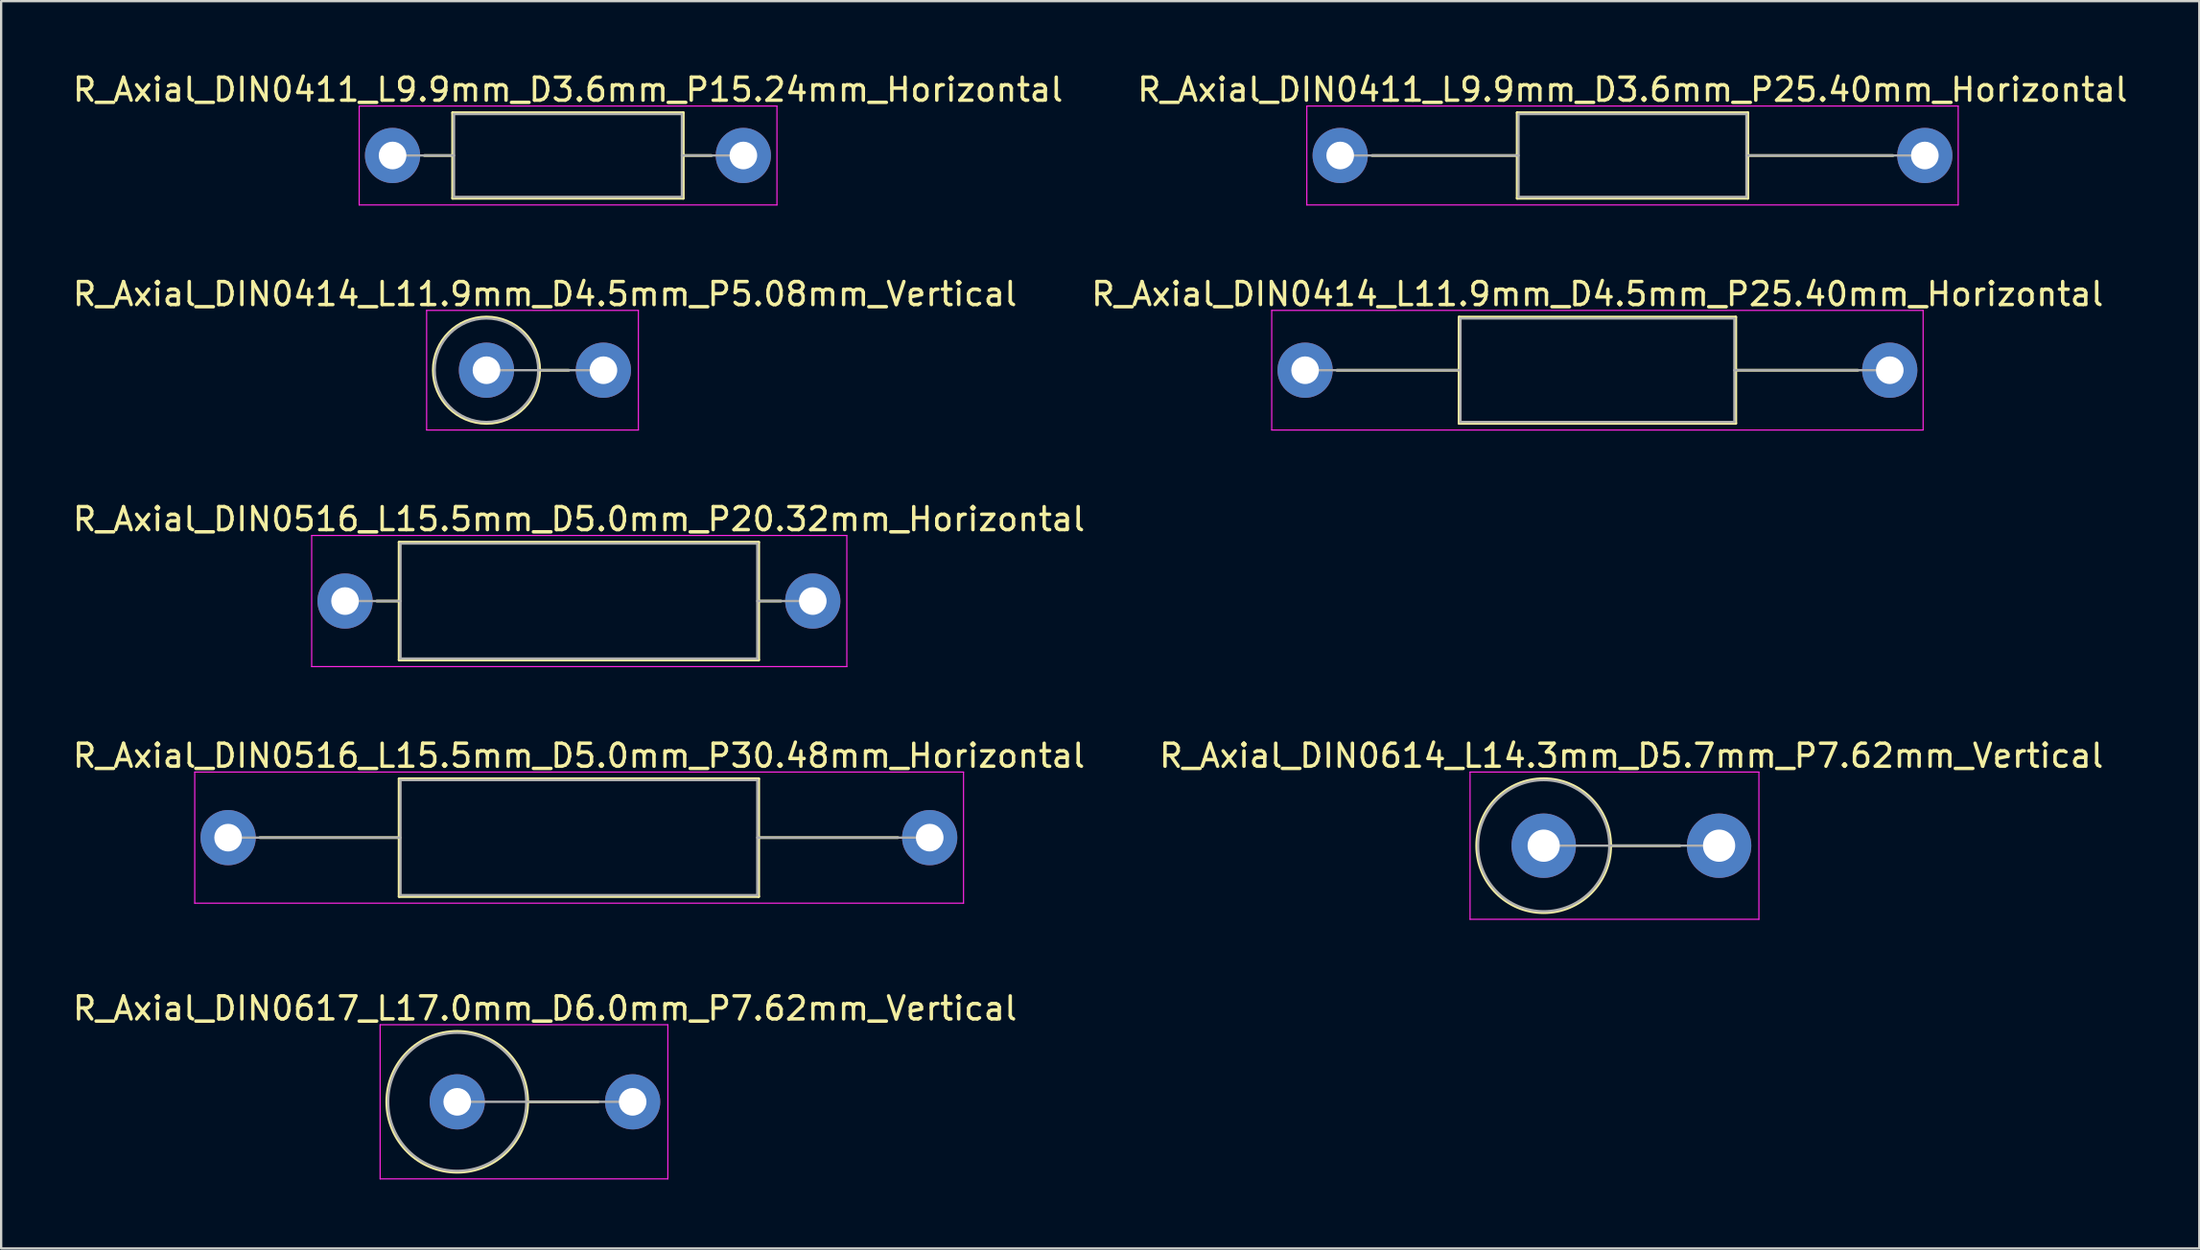
<source format=kicad_pcb>
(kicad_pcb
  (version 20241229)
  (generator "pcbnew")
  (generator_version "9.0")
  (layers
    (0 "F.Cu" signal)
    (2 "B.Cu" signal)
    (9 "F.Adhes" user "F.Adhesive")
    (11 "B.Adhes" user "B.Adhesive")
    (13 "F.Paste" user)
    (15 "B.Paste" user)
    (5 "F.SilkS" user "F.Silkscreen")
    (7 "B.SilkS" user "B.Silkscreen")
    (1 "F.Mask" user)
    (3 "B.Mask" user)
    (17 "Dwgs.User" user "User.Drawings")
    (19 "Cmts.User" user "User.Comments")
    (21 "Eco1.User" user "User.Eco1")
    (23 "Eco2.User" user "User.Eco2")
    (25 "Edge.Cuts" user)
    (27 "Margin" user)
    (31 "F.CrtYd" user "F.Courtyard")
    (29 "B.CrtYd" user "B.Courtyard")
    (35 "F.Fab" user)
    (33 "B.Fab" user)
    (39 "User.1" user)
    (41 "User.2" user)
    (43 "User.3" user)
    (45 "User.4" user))
  (footprint "R_Axial_DIN0516_L15.5mm_D5.0mm_P30.48mm_Horizontal"
    (layer "F.Cu")
    (at 6.861 33.358)
    (property "Reference" "R_Axial_DIN0516_L15.5mm_D5.0mm_P30.48mm_Horizontal" (at 15.24 -3.56 0) (layer "F.SilkS") (effects (font (size 1 1) (thickness 0.15))))
    (attr through_hole)
    (fp_line (start 1.38 0) (end 7.43 0) (stroke (width 0.12) (type solid)) (layer "F.SilkS"))
    (fp_line (start 7.43 -2.56) (end 7.43 2.56) (stroke (width 0.12) (type solid)) (layer "F.SilkS"))
    (fp_line (start 7.43 2.56) (end 23.05 2.56) (stroke (width 0.12) (type solid)) (layer "F.SilkS"))
    (fp_line (start 23.05 -2.56) (end 7.43 -2.56) (stroke (width 0.12) (type solid)) (layer "F.SilkS"))
    (fp_line (start 23.05 2.56) (end 23.05 -2.56) (stroke (width 0.12) (type solid)) (layer "F.SilkS"))
    (fp_line (start 29.1 0) (end 23.05 0) (stroke (width 0.12) (type solid)) (layer "F.SilkS"))
    (fp_line (start -1.45 -2.85) (end -1.45 2.85) (stroke (width 0.05) (type solid)) (layer "F.CrtYd"))
    (fp_line (start -1.45 2.85) (end 31.95 2.85) (stroke (width 0.05) (type solid)) (layer "F.CrtYd"))
    (fp_line (start 31.95 -2.85) (end -1.45 -2.85) (stroke (width 0.05) (type solid)) (layer "F.CrtYd"))
    (fp_line (start 31.95 2.85) (end 31.95 -2.85) (stroke (width 0.05) (type solid)) (layer "F.CrtYd"))
    (fp_line (start 0 0) (end 7.49 0) (stroke (width 0.1) (type solid)) (layer "F.Fab"))
    (fp_line (start 7.49 -2.5) (end 7.49 2.5) (stroke (width 0.1) (type solid)) (layer "F.Fab"))
    (fp_line (start 7.49 2.5) (end 22.99 2.5) (stroke (width 0.1) (type solid)) (layer "F.Fab"))
    (fp_line (start 22.99 -2.5) (end 7.49 -2.5) (stroke (width 0.1) (type solid)) (layer "F.Fab"))
    (fp_line (start 22.99 2.5) (end 22.99 -2.5) (stroke (width 0.1) (type solid)) (layer "F.Fab"))
    (fp_line (start 30.48 0) (end 22.99 0) (stroke (width 0.1) (type solid)) (layer "F.Fab"))
    (pad "1" thru_hole circle (at 0 0) (size 2.4 2.4) (drill 1.2) (layers "*.Cu" "*.Mask"))
    (pad "2" thru_hole oval (at 30.48 0) (size 2.4 2.4) (drill 1.2) (layers "*.Cu" "*.Mask")))
  (footprint "R_Axial_DIN0516_L15.5mm_D5.0mm_P20.32mm_Horizontal"
    (layer "F.Cu")
    (at 11.941 23.075)
    (property "Reference" "R_Axial_DIN0516_L15.5mm_D5.0mm_P20.32mm_Horizontal" (at 10.16 -3.56 0) (layer "F.SilkS") (effects (font (size 1 1) (thickness 0.15))))
    (attr through_hole)
    (fp_line (start 1.38 0) (end 2.35 0) (stroke (width 0.12) (type solid)) (layer "F.SilkS"))
    (fp_line (start 2.35 -2.56) (end 2.35 2.56) (stroke (width 0.12) (type solid)) (layer "F.SilkS"))
    (fp_line (start 2.35 2.56) (end 17.97 2.56) (stroke (width 0.12) (type solid)) (layer "F.SilkS"))
    (fp_line (start 17.97 -2.56) (end 2.35 -2.56) (stroke (width 0.12) (type solid)) (layer "F.SilkS"))
    (fp_line (start 17.97 2.56) (end 17.97 -2.56) (stroke (width 0.12) (type solid)) (layer "F.SilkS"))
    (fp_line (start 18.94 0) (end 17.97 0) (stroke (width 0.12) (type solid)) (layer "F.SilkS"))
    (fp_line (start -1.45 -2.85) (end -1.45 2.85) (stroke (width 0.05) (type solid)) (layer "F.CrtYd"))
    (fp_line (start -1.45 2.85) (end 21.8 2.85) (stroke (width 0.05) (type solid)) (layer "F.CrtYd"))
    (fp_line (start 21.8 -2.85) (end -1.45 -2.85) (stroke (width 0.05) (type solid)) (layer "F.CrtYd"))
    (fp_line (start 21.8 2.85) (end 21.8 -2.85) (stroke (width 0.05) (type solid)) (layer "F.CrtYd"))
    (fp_line (start 0 0) (end 2.41 0) (stroke (width 0.1) (type solid)) (layer "F.Fab"))
    (fp_line (start 2.41 -2.5) (end 2.41 2.5) (stroke (width 0.1) (type solid)) (layer "F.Fab"))
    (fp_line (start 2.41 2.5) (end 17.91 2.5) (stroke (width 0.1) (type solid)) (layer "F.Fab"))
    (fp_line (start 17.91 -2.5) (end 2.41 -2.5) (stroke (width 0.1) (type solid)) (layer "F.Fab"))
    (fp_line (start 17.91 2.5) (end 17.91 -2.5) (stroke (width 0.1) (type solid)) (layer "F.Fab"))
    (fp_line (start 20.32 0) (end 17.91 0) (stroke (width 0.1) (type solid)) (layer "F.Fab"))
    (pad "1" thru_hole circle (at 0 0) (size 2.4 2.4) (drill 1.2) (layers "*.Cu" "*.Mask"))
    (pad "2" thru_hole oval (at 20.32 0) (size 2.4 2.4) (drill 1.2) (layers "*.Cu" "*.Mask")))
  (footprint "R_Axial_DIN0411_L9.9mm_D3.6mm_P25.40mm_Horizontal"
    (layer "F.Cu")
    (at 55.175 3.708)
    (property "Reference" "R_Axial_DIN0411_L9.9mm_D3.6mm_P25.40mm_Horizontal" (at 12.7 -2.86 0) (layer "F.SilkS") (effects (font (size 1 1) (thickness 0.15))))
    (attr through_hole)
    (fp_line (start 1.38 0) (end 7.69 0) (stroke (width 0.12) (type solid)) (layer "F.SilkS"))
    (fp_line (start 7.69 -1.86) (end 7.69 1.86) (stroke (width 0.12) (type solid)) (layer "F.SilkS"))
    (fp_line (start 7.69 1.86) (end 17.71 1.86) (stroke (width 0.12) (type solid)) (layer "F.SilkS"))
    (fp_line (start 17.71 -1.86) (end 7.69 -1.86) (stroke (width 0.12) (type solid)) (layer "F.SilkS"))
    (fp_line (start 17.71 1.86) (end 17.71 -1.86) (stroke (width 0.12) (type solid)) (layer "F.SilkS"))
    (fp_line (start 24.02 0) (end 17.71 0) (stroke (width 0.12) (type solid)) (layer "F.SilkS"))
    (fp_line (start -1.45 -2.15) (end -1.45 2.15) (stroke (width 0.05) (type solid)) (layer "F.CrtYd"))
    (fp_line (start -1.45 2.15) (end 26.85 2.15) (stroke (width 0.05) (type solid)) (layer "F.CrtYd"))
    (fp_line (start 26.85 -2.15) (end -1.45 -2.15) (stroke (width 0.05) (type solid)) (layer "F.CrtYd"))
    (fp_line (start 26.85 2.15) (end 26.85 -2.15) (stroke (width 0.05) (type solid)) (layer "F.CrtYd"))
    (fp_line (start 0 0) (end 7.75 0) (stroke (width 0.1) (type solid)) (layer "F.Fab"))
    (fp_line (start 7.75 -1.8) (end 7.75 1.8) (stroke (width 0.1) (type solid)) (layer "F.Fab"))
    (fp_line (start 7.75 1.8) (end 17.65 1.8) (stroke (width 0.1) (type solid)) (layer "F.Fab"))
    (fp_line (start 17.65 -1.8) (end 7.75 -1.8) (stroke (width 0.1) (type solid)) (layer "F.Fab"))
    (fp_line (start 17.65 1.8) (end 17.65 -1.8) (stroke (width 0.1) (type solid)) (layer "F.Fab"))
    (fp_line (start 25.4 0) (end 17.65 0) (stroke (width 0.1) (type solid)) (layer "F.Fab"))
    (pad "1" thru_hole circle (at 0 0) (size 2.4 2.4) (drill 1.2) (layers "*.Cu" "*.Mask"))
    (pad "2" thru_hole oval (at 25.4 0) (size 2.4 2.4) (drill 1.2) (layers "*.Cu" "*.Mask")))
  (footprint "R_Axial_DIN0614_L14.3mm_D5.7mm_P7.62mm_Vertical"
    (layer "F.Cu")
    (at 64.017 33.708)
    (property "Reference" "R_Axial_DIN0614_L14.3mm_D5.7mm_P7.62mm_Vertical" (at 3.81 -3.91 0) (layer "F.SilkS") (effects (font (size 1 1) (thickness 0.15))))
    (attr through_hole)
    (fp_line (start 2.91 0) (end 5.92 0) (stroke (width 0.12) (type solid)) (layer "F.SilkS"))
    (fp_circle (center 0 0) (end 2.91 0) (stroke (width 0.12) (type solid)) (fill no) (layer "F.SilkS"))
    (fp_line (start -3.2 -3.2) (end -3.2 3.2) (stroke (width 0.05) (type solid)) (layer "F.CrtYd"))
    (fp_line (start -3.2 3.2) (end 9.35 3.2) (stroke (width 0.05) (type solid)) (layer "F.CrtYd"))
    (fp_line (start 9.35 -3.2) (end -3.2 -3.2) (stroke (width 0.05) (type solid)) (layer "F.CrtYd"))
    (fp_line (start 9.35 3.2) (end 9.35 -3.2) (stroke (width 0.05) (type solid)) (layer "F.CrtYd"))
    (fp_line (start 0 0) (end 7.62 0) (stroke (width 0.1) (type solid)) (layer "F.Fab"))
    (fp_circle (center 0 0) (end 2.85 0) (stroke (width 0.1) (type solid)) (fill no) (layer "F.Fab"))
    (pad "1" thru_hole circle (at 0 0) (size 2.8 2.8) (drill 1.4) (layers "*.Cu" "*.Mask"))
    (pad "2" thru_hole oval (at 7.62 0) (size 2.8 2.8) (drill 1.4) (layers "*.Cu" "*.Mask")))
  (footprint "R_Axial_DIN0414_L11.9mm_D4.5mm_P5.08mm_Vertical"
    (layer "F.Cu")
    (at 18.085 13.041)
    (property "Reference" "R_Axial_DIN0414_L11.9mm_D4.5mm_P5.08mm_Vertical" (at 2.54 -3.31 0) (layer "F.SilkS") (effects (font (size 1 1) (thickness 0.15))))
    (attr through_hole)
    (fp_line (start 2.31 0) (end 3.58 0) (stroke (width 0.12) (type solid)) (layer "F.SilkS"))
    (fp_circle (center 0 0) (end 2.31 0) (stroke (width 0.12) (type solid)) (fill no) (layer "F.SilkS"))
    (fp_line (start -2.6 -2.6) (end -2.6 2.6) (stroke (width 0.05) (type solid)) (layer "F.CrtYd"))
    (fp_line (start -2.6 2.6) (end 6.6 2.6) (stroke (width 0.05) (type solid)) (layer "F.CrtYd"))
    (fp_line (start 6.6 -2.6) (end -2.6 -2.6) (stroke (width 0.05) (type solid)) (layer "F.CrtYd"))
    (fp_line (start 6.6 2.6) (end 6.6 -2.6) (stroke (width 0.05) (type solid)) (layer "F.CrtYd"))
    (fp_line (start 0 0) (end 5.08 0) (stroke (width 0.1) (type solid)) (layer "F.Fab"))
    (fp_circle (center 0 0) (end 2.25 0) (stroke (width 0.1) (type solid)) (fill no) (layer "F.Fab"))
    (pad "1" thru_hole circle (at 0 0) (size 2.4 2.4) (drill 1.2) (layers "*.Cu" "*.Mask"))
    (pad "2" thru_hole oval (at 5.08 0) (size 2.4 2.4) (drill 1.2) (layers "*.Cu" "*.Mask")))
  (footprint "R_Axial_DIN0414_L11.9mm_D4.5mm_P25.40mm_Horizontal"
    (layer "F.Cu")
    (at 53.651 13.041)
    (property "Reference" "R_Axial_DIN0414_L11.9mm_D4.5mm_P25.40mm_Horizontal" (at 12.7 -3.31 0) (layer "F.SilkS") (effects (font (size 1 1) (thickness 0.15))))
    (attr through_hole)
    (fp_line (start 1.38 0) (end 6.69 0) (stroke (width 0.12) (type solid)) (layer "F.SilkS"))
    (fp_line (start 6.69 -2.31) (end 6.69 2.31) (stroke (width 0.12) (type solid)) (layer "F.SilkS"))
    (fp_line (start 6.69 2.31) (end 18.71 2.31) (stroke (width 0.12) (type solid)) (layer "F.SilkS"))
    (fp_line (start 18.71 -2.31) (end 6.69 -2.31) (stroke (width 0.12) (type solid)) (layer "F.SilkS"))
    (fp_line (start 18.71 2.31) (end 18.71 -2.31) (stroke (width 0.12) (type solid)) (layer "F.SilkS"))
    (fp_line (start 24.02 0) (end 18.71 0) (stroke (width 0.12) (type solid)) (layer "F.SilkS"))
    (fp_line (start -1.45 -2.6) (end -1.45 2.6) (stroke (width 0.05) (type solid)) (layer "F.CrtYd"))
    (fp_line (start -1.45 2.6) (end 26.85 2.6) (stroke (width 0.05) (type solid)) (layer "F.CrtYd"))
    (fp_line (start 26.85 -2.6) (end -1.45 -2.6) (stroke (width 0.05) (type solid)) (layer "F.CrtYd"))
    (fp_line (start 26.85 2.6) (end 26.85 -2.6) (stroke (width 0.05) (type solid)) (layer "F.CrtYd"))
    (fp_line (start 0 0) (end 6.75 0) (stroke (width 0.1) (type solid)) (layer "F.Fab"))
    (fp_line (start 6.75 -2.25) (end 6.75 2.25) (stroke (width 0.1) (type solid)) (layer "F.Fab"))
    (fp_line (start 6.75 2.25) (end 18.65 2.25) (stroke (width 0.1) (type solid)) (layer "F.Fab"))
    (fp_line (start 18.65 -2.25) (end 6.75 -2.25) (stroke (width 0.1) (type solid)) (layer "F.Fab"))
    (fp_line (start 18.65 2.25) (end 18.65 -2.25) (stroke (width 0.1) (type solid)) (layer "F.Fab"))
    (fp_line (start 25.4 0) (end 18.65 0) (stroke (width 0.1) (type solid)) (layer "F.Fab"))
    (pad "1" thru_hole circle (at 0 0) (size 2.4 2.4) (drill 1.2) (layers "*.Cu" "*.Mask"))
    (pad "2" thru_hole oval (at 25.4 0) (size 2.4 2.4) (drill 1.2) (layers "*.Cu" "*.Mask")))
  (footprint "R_Axial_DIN0411_L9.9mm_D3.6mm_P15.24mm_Horizontal"
    (layer "F.Cu")
    (at 14.005 3.708)
    (property "Reference" "R_Axial_DIN0411_L9.9mm_D3.6mm_P15.24mm_Horizontal" (at 7.62 -2.86 0) (layer "F.SilkS") (effects (font (size 1 1) (thickness 0.15))))
    (attr through_hole)
    (fp_line (start 1.38 0) (end 2.61 0) (stroke (width 0.12) (type solid)) (layer "F.SilkS"))
    (fp_line (start 2.61 -1.86) (end 2.61 1.86) (stroke (width 0.12) (type solid)) (layer "F.SilkS"))
    (fp_line (start 2.61 1.86) (end 12.63 1.86) (stroke (width 0.12) (type solid)) (layer "F.SilkS"))
    (fp_line (start 12.63 -1.86) (end 2.61 -1.86) (stroke (width 0.12) (type solid)) (layer "F.SilkS"))
    (fp_line (start 12.63 1.86) (end 12.63 -1.86) (stroke (width 0.12) (type solid)) (layer "F.SilkS"))
    (fp_line (start 13.86 0) (end 12.63 0) (stroke (width 0.12) (type solid)) (layer "F.SilkS"))
    (fp_line (start -1.45 -2.15) (end -1.45 2.15) (stroke (width 0.05) (type solid)) (layer "F.CrtYd"))
    (fp_line (start -1.45 2.15) (end 16.7 2.15) (stroke (width 0.05) (type solid)) (layer "F.CrtYd"))
    (fp_line (start 16.7 -2.15) (end -1.45 -2.15) (stroke (width 0.05) (type solid)) (layer "F.CrtYd"))
    (fp_line (start 16.7 2.15) (end 16.7 -2.15) (stroke (width 0.05) (type solid)) (layer "F.CrtYd"))
    (fp_line (start 0 0) (end 2.67 0) (stroke (width 0.1) (type solid)) (layer "F.Fab"))
    (fp_line (start 2.67 -1.8) (end 2.67 1.8) (stroke (width 0.1) (type solid)) (layer "F.Fab"))
    (fp_line (start 2.67 1.8) (end 12.57 1.8) (stroke (width 0.1) (type solid)) (layer "F.Fab"))
    (fp_line (start 12.57 -1.8) (end 2.67 -1.8) (stroke (width 0.1) (type solid)) (layer "F.Fab"))
    (fp_line (start 12.57 1.8) (end 12.57 -1.8) (stroke (width 0.1) (type solid)) (layer "F.Fab"))
    (fp_line (start 15.24 0) (end 12.57 0) (stroke (width 0.1) (type solid)) (layer "F.Fab"))
    (pad "1" thru_hole circle (at 0 0) (size 2.4 2.4) (drill 1.2) (layers "*.Cu" "*.Mask"))
    (pad "2" thru_hole oval (at 15.24 0) (size 2.4 2.4) (drill 1.2) (layers "*.Cu" "*.Mask")))
  (footprint "R_Axial_DIN0617_L17.0mm_D6.0mm_P7.62mm_Vertical"
    (layer "F.Cu")
    (at 16.815 44.841)
    (property "Reference" "R_Axial_DIN0617_L17.0mm_D6.0mm_P7.62mm_Vertical" (at 3.81 -4.06 0) (layer "F.SilkS") (effects (font (size 1 1) (thickness 0.15))))
    (attr through_hole)
    (fp_line (start 3.06 0) (end 6.12 0) (stroke (width 0.12) (type solid)) (layer "F.SilkS"))
    (fp_circle (center 0 0) (end 3.06 0) (stroke (width 0.12) (type solid)) (fill no) (layer "F.SilkS"))
    (fp_line (start -3.35 -3.35) (end -3.35 3.35) (stroke (width 0.05) (type solid)) (layer "F.CrtYd"))
    (fp_line (start -3.35 3.35) (end 9.15 3.35) (stroke (width 0.05) (type solid)) (layer "F.CrtYd"))
    (fp_line (start 9.15 -3.35) (end -3.35 -3.35) (stroke (width 0.05) (type solid)) (layer "F.CrtYd"))
    (fp_line (start 9.15 3.35) (end 9.15 -3.35) (stroke (width 0.05) (type solid)) (layer "F.CrtYd"))
    (fp_line (start 0 0) (end 7.62 0) (stroke (width 0.1) (type solid)) (layer "F.Fab"))
    (fp_circle (center 0 0) (end 3 0) (stroke (width 0.1) (type solid)) (fill no) (layer "F.Fab"))
    (pad "1" thru_hole circle (at 0 0) (size 2.4 2.4) (drill 1.2) (layers "*.Cu" "*.Mask"))
    (pad "2" thru_hole oval (at 7.62 0) (size 2.4 2.4) (drill 1.2) (layers "*.Cu" "*.Mask")))
  (gr_rect
    (start -3 -3)
    (end 92.5 51.216)
    (stroke (width 0.1) (type default))
    (fill no)
    (layer "Edge.Cuts")))
</source>
